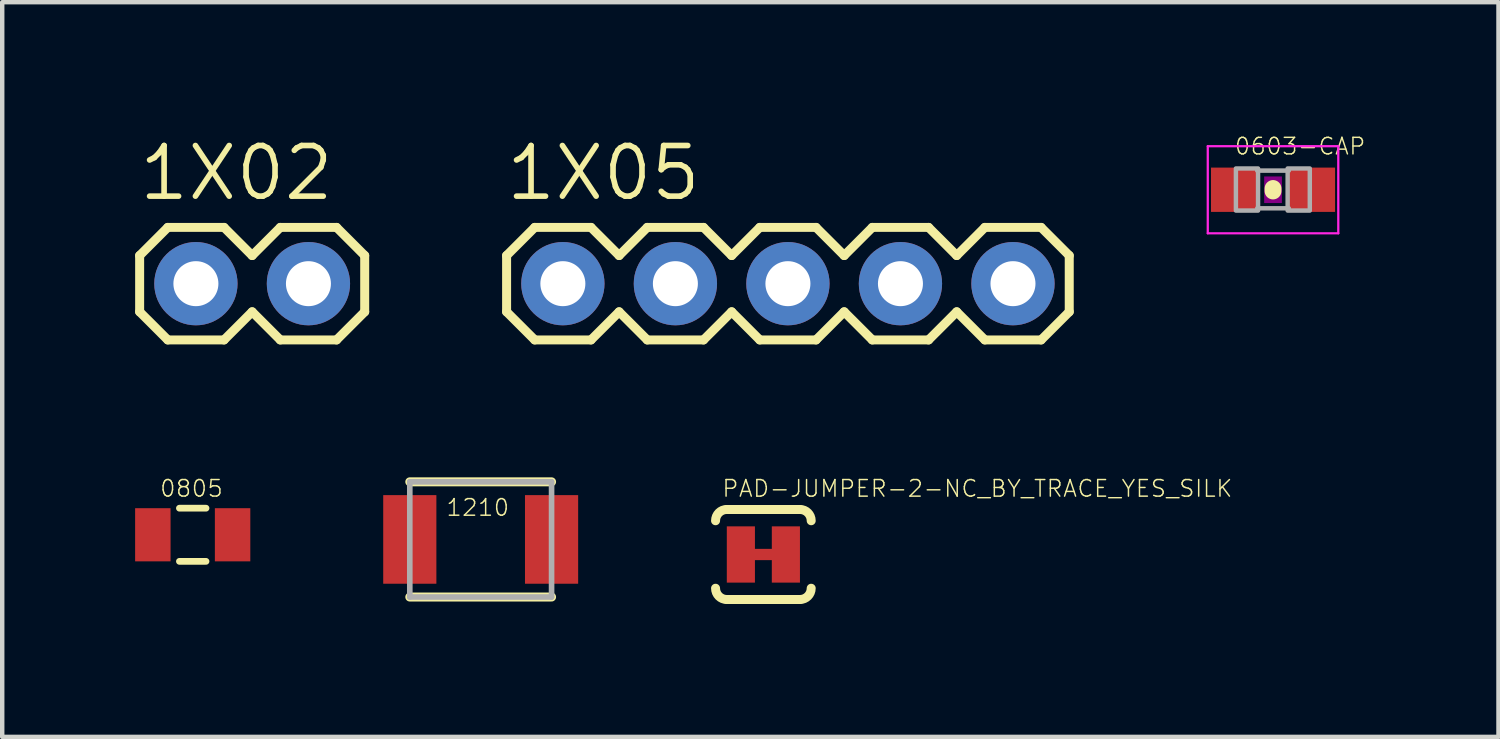
<source format=kicad_pcb>
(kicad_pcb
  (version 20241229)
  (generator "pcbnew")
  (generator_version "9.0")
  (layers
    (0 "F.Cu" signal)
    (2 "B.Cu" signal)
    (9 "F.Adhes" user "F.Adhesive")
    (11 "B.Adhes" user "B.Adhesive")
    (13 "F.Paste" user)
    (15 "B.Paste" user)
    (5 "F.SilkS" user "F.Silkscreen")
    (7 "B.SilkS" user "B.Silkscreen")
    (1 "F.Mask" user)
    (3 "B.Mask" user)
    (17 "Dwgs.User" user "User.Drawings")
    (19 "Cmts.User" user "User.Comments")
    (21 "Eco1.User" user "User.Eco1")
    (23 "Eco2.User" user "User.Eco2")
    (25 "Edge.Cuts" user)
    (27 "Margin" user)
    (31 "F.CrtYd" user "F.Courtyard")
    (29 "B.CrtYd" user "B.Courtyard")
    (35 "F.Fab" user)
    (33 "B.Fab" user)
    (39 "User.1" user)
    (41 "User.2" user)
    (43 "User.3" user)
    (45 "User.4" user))
  (footprint "1210"
    (layer "F.Cu")
    (at 7.8 9.126)
    (property "Reference" "1210" (at -0.8 -0.5 0) (layer "F.SilkS") (effects (font (size 0.374 0.374) (thickness 0.033)) (justify left bottom)))
    (fp_line (start -1.6 -1.3) (end 1.6 -1.3) (stroke (width 0.203) (type solid)) (layer "F.SilkS"))
    (fp_line (start -1.6 1.3) (end 1.6 1.3) (stroke (width 0.203) (type solid)) (layer "F.SilkS"))
    (fp_line (start -1.6 -1.3) (end 1.6 -1.3) (stroke (width 0.127) (type solid)) (layer "F.Fab"))
    (fp_line (start -1.6 1.3) (end -1.6 -1.3) (stroke (width 0.127) (type solid)) (layer "F.Fab"))
    (fp_line (start 1.6 -1.3) (end 1.6 1.3) (stroke (width 0.127) (type solid)) (layer "F.Fab"))
    (fp_line (start 1.6 1.3) (end -1.6 1.3) (stroke (width 0.127) (type solid)) (layer "F.Fab"))
    (pad "1" smd rect (at -1.6 0) (size 1.2 2) (layers "F.Cu" "F.Mask" "F.Paste"))
    (pad "2" smd rect (at 1.6 0) (size 1.2 2) (layers "F.Cu" "F.Mask" "F.Paste")))
  (footprint "1X02"
    (layer "F.Cu")
    (at 1.372 3.353)
    (property "Reference" "1X02" (at -1.346 -1.829 0) (layer "F.SilkS") (effects (font (size 1.143 1.143) (thickness 0.127)) (justify left bottom)))
    (fp_line (start -1.27 -0.635) (end -1.27 0.635) (stroke (width 0.203) (type solid)) (layer "F.SilkS"))
    (fp_line (start -1.27 0.635) (end -0.635 1.27) (stroke (width 0.203) (type solid)) (layer "F.SilkS"))
    (fp_line (start -0.635 -1.27) (end -1.27 -0.635) (stroke (width 0.203) (type solid)) (layer "F.SilkS"))
    (fp_line (start -0.635 -1.27) (end 0.635 -1.27) (stroke (width 0.203) (type solid)) (layer "F.SilkS"))
    (fp_line (start 0.635 -1.27) (end 1.27 -0.635) (stroke (width 0.203) (type solid)) (layer "F.SilkS"))
    (fp_line (start 0.635 1.27) (end -0.635 1.27) (stroke (width 0.203) (type solid)) (layer "F.SilkS"))
    (fp_line (start 1.27 -0.635) (end 1.905 -1.27) (stroke (width 0.203) (type solid)) (layer "F.SilkS"))
    (fp_line (start 1.27 0.635) (end 0.635 1.27) (stroke (width 0.203) (type solid)) (layer "F.SilkS"))
    (fp_line (start 1.905 -1.27) (end 3.175 -1.27) (stroke (width 0.203) (type solid)) (layer "F.SilkS"))
    (fp_line (start 1.905 1.27) (end 1.27 0.635) (stroke (width 0.203) (type solid)) (layer "F.SilkS"))
    (fp_line (start 3.175 -1.27) (end 3.81 -0.635) (stroke (width 0.203) (type solid)) (layer "F.SilkS"))
    (fp_line (start 3.175 1.27) (end 1.905 1.27) (stroke (width 0.203) (type solid)) (layer "F.SilkS"))
    (fp_line (start 3.81 -0.635) (end 3.81 0.635) (stroke (width 0.203) (type solid)) (layer "F.SilkS"))
    (fp_line (start 3.81 0.635) (end 3.175 1.27) (stroke (width 0.203) (type solid)) (layer "F.SilkS"))
    (fp_poly (pts (xy -0.254 0.254) (xy 0.254 0.254) (xy 0.254 -0.254) (xy -0.254 -0.254)) (stroke (width 0.1) (type solid)) (fill no) (layer "F.Fab"))
    (fp_poly (pts (xy 2.286 0.254) (xy 2.794 0.254) (xy 2.794 -0.254) (xy 2.286 -0.254)) (stroke (width 0.1) (type solid)) (fill no) (layer "F.Fab"))
    (pad "1" thru_hole circle (at 0 0 90) (size 1.88 1.88) (drill 1.016) (layers "*.Cu" "*.Mask"))
    (pad "2" thru_hole circle (at 2.54 0 90) (size 1.88 1.88) (drill 1.016) (layers "*.Cu" "*.Mask")))
  (footprint "PAD-JUMPER-2-NC_BY_TRACE_YES_SILK"
    (layer "F.Cu")
    (at 14.181 9.466)
    (property "Reference" "PAD-JUMPER-2-NC_BY_TRACE_YES_SILK" (at -0.953 -1.27 0) (layer "F.SilkS") (effects (font (size 0.374 0.374) (thickness 0.033)) (justify left bottom)))
    (fp_line (start -0.381 0) (end 0.381 0) (stroke (width 0.254) (type solid)) (layer "F.Cu"))
    (fp_line (start -0.826 -1.016) (end 0.826 -1.016) (stroke (width 0.203) (type solid)) (layer "F.SilkS"))
    (fp_line (start 0.826 1.016) (end -0.826 1.016) (stroke (width 0.203) (type solid)) (layer "F.SilkS"))
    (fp_arc (start -1.0795 -0.762) (mid -1.005105 -0.941605) (end -0.8255 -1.016) (stroke (width 0.2032) (type solid)) (layer "F.SilkS"))
    (fp_arc (start -0.8255 1.016) (mid -1.005105 0.941605) (end -1.0795 0.762) (stroke (width 0.2032) (type solid)) (layer "F.SilkS"))
    (fp_arc (start 0.8255 -1.016) (mid 1.005105 -0.941605) (end 1.0795 -0.762) (stroke (width 0.2032) (type solid)) (layer "F.SilkS"))
    (fp_arc (start 1.0795 0.762) (mid 1.005105 0.941605) (end 0.8255 1.016) (stroke (width 0.2032) (type solid)) (layer "F.SilkS"))
    (pad "1" smd rect (at -0.508 0) (size 0.635 1.27) (layers "F.Cu" "F.Mask"))
    (pad "2" smd rect (at 0.508 0) (size 0.635 1.27) (layers "F.Cu" "F.Mask")))
  (footprint "0805"
    (layer "F.Cu")
    (at 1.3 9.021)
    (property "Reference" "0805" (at -0.762 -0.826 0) (layer "F.SilkS") (effects (font (size 0.374 0.374) (thickness 0.033)) (justify left bottom)))
    (fp_line (start -0.3 -0.6) (end 0.3 -0.6) (stroke (width 0.152) (type solid)) (layer "F.SilkS"))
    (fp_line (start -0.3 0.6) (end 0.3 0.6) (stroke (width 0.152) (type solid)) (layer "F.SilkS"))
    (pad "1" smd rect (at -0.9 0) (size 0.8 1.2) (layers "F.Cu" "F.Mask" "F.Paste"))
    (pad "2" smd rect (at 0.9 0) (size 0.8 1.2) (layers "F.Cu" "F.Mask" "F.Paste")))
  (footprint "1X05"
    (layer "F.Cu")
    (at 9.655 3.353)
    (property "Reference" "1X05" (at -1.346 -1.829 0) (layer "F.SilkS") (effects (font (size 1.143 1.143) (thickness 0.127)) (justify left bottom)))
    (fp_line (start -1.27 -0.635) (end -1.27 0.635) (stroke (width 0.203) (type solid)) (layer "F.SilkS"))
    (fp_line (start -1.27 0.635) (end -0.635 1.27) (stroke (width 0.203) (type solid)) (layer "F.SilkS"))
    (fp_line (start -0.635 -1.27) (end -1.27 -0.635) (stroke (width 0.203) (type solid)) (layer "F.SilkS"))
    (fp_line (start -0.635 -1.27) (end 0.635 -1.27) (stroke (width 0.203) (type solid)) (layer "F.SilkS"))
    (fp_line (start 0.635 -1.27) (end 1.27 -0.635) (stroke (width 0.203) (type solid)) (layer "F.SilkS"))
    (fp_line (start 0.635 1.27) (end -0.635 1.27) (stroke (width 0.203) (type solid)) (layer "F.SilkS"))
    (fp_line (start 1.27 -0.635) (end 1.905 -1.27) (stroke (width 0.203) (type solid)) (layer "F.SilkS"))
    (fp_line (start 1.27 0.635) (end 0.635 1.27) (stroke (width 0.203) (type solid)) (layer "F.SilkS"))
    (fp_line (start 1.905 -1.27) (end 3.175 -1.27) (stroke (width 0.203) (type solid)) (layer "F.SilkS"))
    (fp_line (start 1.905 1.27) (end 1.27 0.635) (stroke (width 0.203) (type solid)) (layer "F.SilkS"))
    (fp_line (start 3.175 -1.27) (end 3.81 -0.635) (stroke (width 0.203) (type solid)) (layer "F.SilkS"))
    (fp_line (start 3.175 1.27) (end 1.905 1.27) (stroke (width 0.203) (type solid)) (layer "F.SilkS"))
    (fp_line (start 3.81 -0.635) (end 4.445 -1.27) (stroke (width 0.203) (type solid)) (layer "F.SilkS"))
    (fp_line (start 3.81 0.635) (end 3.175 1.27) (stroke (width 0.203) (type solid)) (layer "F.SilkS"))
    (fp_line (start 4.445 -1.27) (end 5.715 -1.27) (stroke (width 0.203) (type solid)) (layer "F.SilkS"))
    (fp_line (start 4.445 1.27) (end 3.81 0.635) (stroke (width 0.203) (type solid)) (layer "F.SilkS"))
    (fp_line (start 5.715 -1.27) (end 6.35 -0.635) (stroke (width 0.203) (type solid)) (layer "F.SilkS"))
    (fp_line (start 5.715 1.27) (end 4.445 1.27) (stroke (width 0.203) (type solid)) (layer "F.SilkS"))
    (fp_line (start 6.35 0.635) (end 5.715 1.27) (stroke (width 0.203) (type solid)) (layer "F.SilkS"))
    (fp_line (start 6.35 0.635) (end 6.985 1.27) (stroke (width 0.203) (type solid)) (layer "F.SilkS"))
    (fp_line (start 6.985 -1.27) (end 6.35 -0.635) (stroke (width 0.203) (type solid)) (layer "F.SilkS"))
    (fp_line (start 6.985 -1.27) (end 8.255 -1.27) (stroke (width 0.203) (type solid)) (layer "F.SilkS"))
    (fp_line (start 8.255 -1.27) (end 8.89 -0.635) (stroke (width 0.203) (type solid)) (layer "F.SilkS"))
    (fp_line (start 8.255 1.27) (end 6.985 1.27) (stroke (width 0.203) (type solid)) (layer "F.SilkS"))
    (fp_line (start 8.89 -0.635) (end 9.525 -1.27) (stroke (width 0.203) (type solid)) (layer "F.SilkS"))
    (fp_line (start 8.89 0.635) (end 8.255 1.27) (stroke (width 0.203) (type solid)) (layer "F.SilkS"))
    (fp_line (start 9.525 -1.27) (end 10.795 -1.27) (stroke (width 0.203) (type solid)) (layer "F.SilkS"))
    (fp_line (start 9.525 1.27) (end 8.89 0.635) (stroke (width 0.203) (type solid)) (layer "F.SilkS"))
    (fp_line (start 10.795 -1.27) (end 11.43 -0.635) (stroke (width 0.203) (type solid)) (layer "F.SilkS"))
    (fp_line (start 10.795 1.27) (end 9.525 1.27) (stroke (width 0.203) (type solid)) (layer "F.SilkS"))
    (fp_line (start 11.43 -0.635) (end 11.43 0.635) (stroke (width 0.203) (type solid)) (layer "F.SilkS"))
    (fp_line (start 11.43 0.635) (end 10.795 1.27) (stroke (width 0.203) (type solid)) (layer "F.SilkS"))
    (fp_poly (pts (xy -0.254 0.254) (xy 0.254 0.254) (xy 0.254 -0.254) (xy -0.254 -0.254)) (stroke (width 0.1) (type solid)) (fill no) (layer "F.Fab"))
    (fp_poly (pts (xy 2.286 0.254) (xy 2.794 0.254) (xy 2.794 -0.254) (xy 2.286 -0.254)) (stroke (width 0.1) (type solid)) (fill no) (layer "F.Fab"))
    (fp_poly (pts (xy 4.826 0.254) (xy 5.334 0.254) (xy 5.334 -0.254) (xy 4.826 -0.254)) (stroke (width 0.1) (type solid)) (fill no) (layer "F.Fab"))
    (fp_poly (pts (xy 7.366 0.254) (xy 7.874 0.254) (xy 7.874 -0.254) (xy 7.366 -0.254)) (stroke (width 0.1) (type solid)) (fill no) (layer "F.Fab"))
    (fp_poly (pts (xy 9.906 0.254) (xy 10.414 0.254) (xy 10.414 -0.254) (xy 9.906 -0.254)) (stroke (width 0.1) (type solid)) (fill no) (layer "F.Fab"))
    (pad "1" thru_hole circle (at 0 0 90) (size 1.88 1.88) (drill 1.016) (layers "*.Cu" "*.Mask"))
    (pad "2" thru_hole circle (at 2.54 0 90) (size 1.88 1.88) (drill 1.016) (layers "*.Cu" "*.Mask"))
    (pad "3" thru_hole circle (at 5.08 0 90) (size 1.88 1.88) (drill 1.016) (layers "*.Cu" "*.Mask"))
    (pad "4" thru_hole circle (at 7.62 0 90) (size 1.88 1.88) (drill 1.016) (layers "*.Cu" "*.Mask"))
    (pad "5" thru_hole circle (at 10.16 0 90) (size 1.88 1.88) (drill 1.016) (layers "*.Cu" "*.Mask")))
  (footprint "0603-CAP"
    (layer "F.Cu")
    (at 25.685 1.233)
    (property "Reference" "0603-CAP" (at -0.889 -0.762 0) (layer "F.SilkS") (effects (font (size 0.374 0.374) (thickness 0.033)) (justify left bottom)))
    (fp_line (start 0 -0.028) (end 0 0.028) (stroke (width 0.381) (type solid)) (layer "F.SilkS"))
    (fp_poly (pts (xy -0.2 0.3) (xy 0.2 0.3) (xy 0.2 -0.3) (xy -0.2 -0.3)) (stroke (width 0) (type solid)) (fill yes) (layer "F.Adhes"))
    (fp_line (start -1.473 -0.983) (end 1.473 -0.983) (stroke (width 0.051) (type solid)) (layer "F.CrtYd"))
    (fp_line (start -1.473 0.983) (end -1.473 -0.983) (stroke (width 0.051) (type solid)) (layer "F.CrtYd"))
    (fp_line (start 1.473 -0.983) (end 1.473 0.983) (stroke (width 0.051) (type solid)) (layer "F.CrtYd"))
    (fp_line (start 1.473 0.983) (end -1.473 0.983) (stroke (width 0.051) (type solid)) (layer "F.CrtYd"))
    (fp_line (start -0.356 -0.432) (end 0.356 -0.432) (stroke (width 0.102) (type solid)) (layer "F.Fab"))
    (fp_line (start -0.356 0.419) (end 0.356 0.419) (stroke (width 0.102) (type solid)) (layer "F.Fab"))
    (fp_poly (pts (xy -0.838 0.47) (xy -0.338 0.47) (xy -0.338 -0.48) (xy -0.838 -0.48)) (stroke (width 0.1) (type solid)) (fill no) (layer "F.Fab"))
    (fp_poly (pts (xy 0.33 0.47) (xy 0.83 0.47) (xy 0.83 -0.48) (xy 0.33 -0.48)) (stroke (width 0.1) (type solid)) (fill no) (layer "F.Fab"))
    (pad "1" smd rect (at -0.85 0) (size 1.1 1) (layers "F.Cu" "F.Mask" "F.Paste"))
    (pad "2" smd rect (at 0.85 0) (size 1.1 1) (layers "F.Cu" "F.Mask" "F.Paste")))
  (gr_rect
    (start -3 -3)
    (end 30.774 13.583)
    (stroke (width 0.1) (type default))
    (fill no)
    (layer "Edge.Cuts")))
</source>
